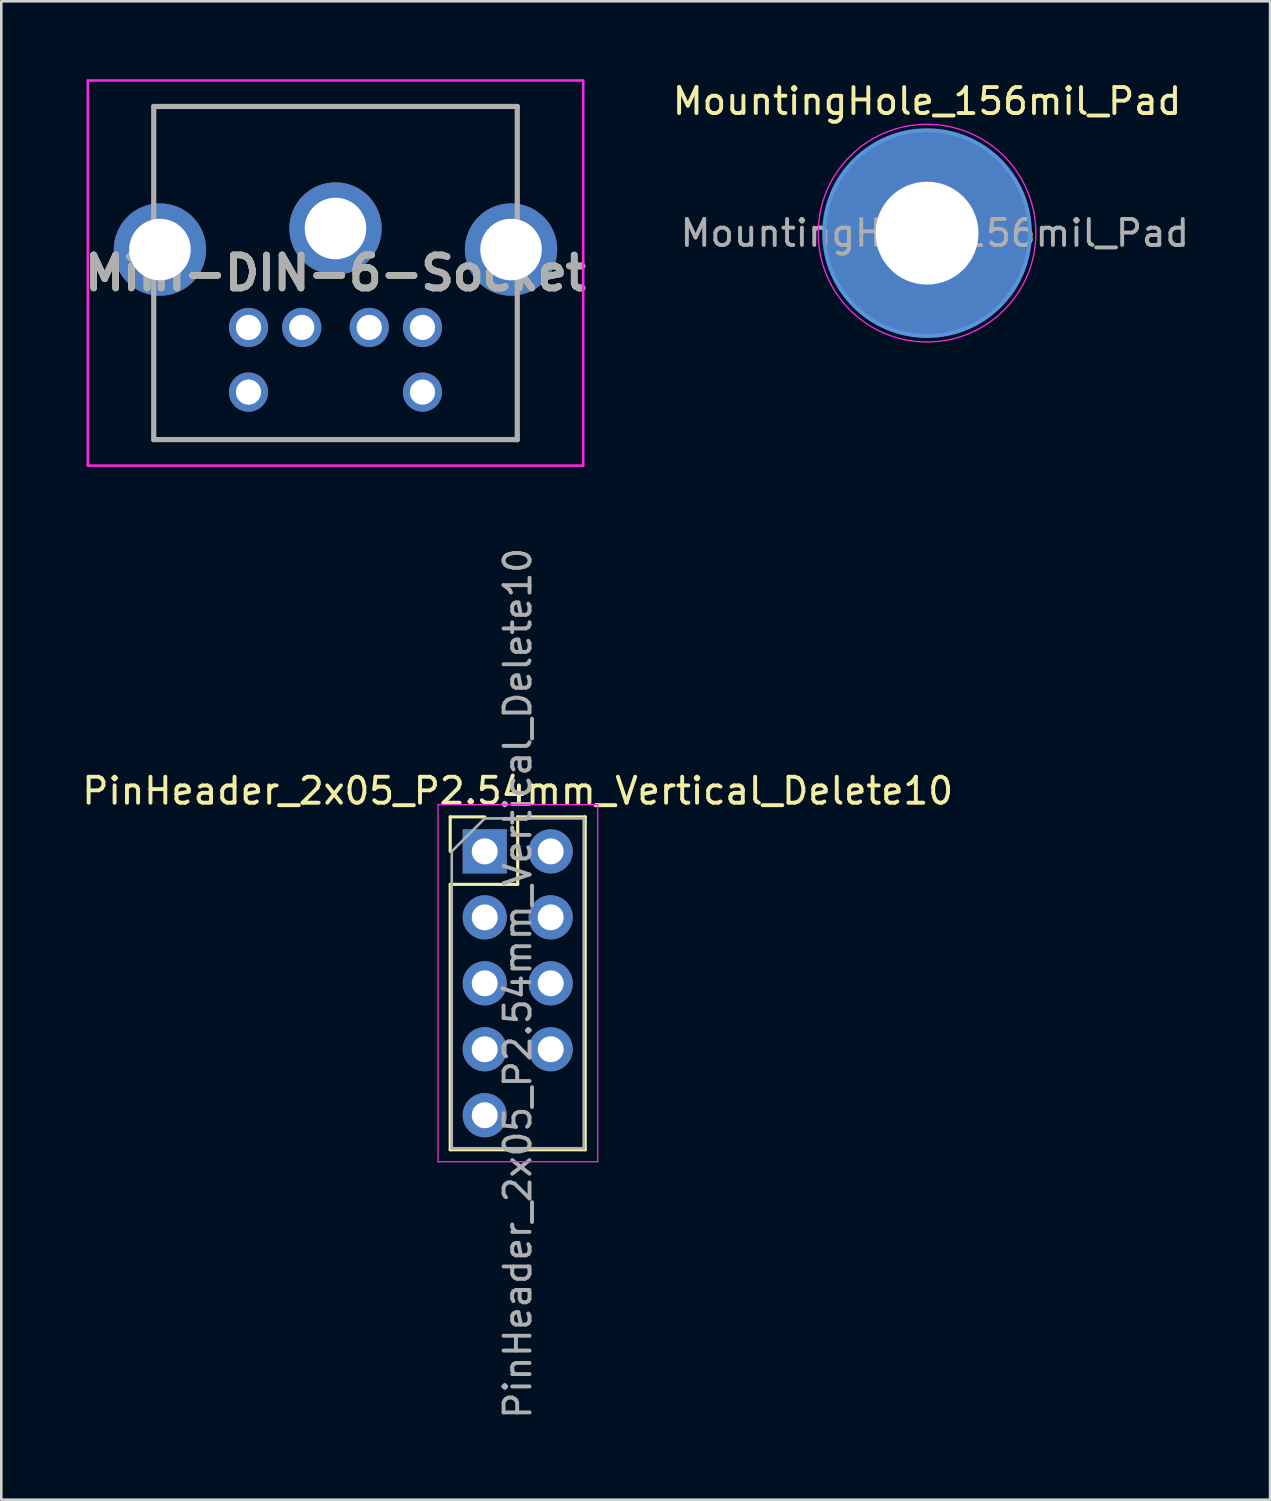
<source format=kicad_pcb>
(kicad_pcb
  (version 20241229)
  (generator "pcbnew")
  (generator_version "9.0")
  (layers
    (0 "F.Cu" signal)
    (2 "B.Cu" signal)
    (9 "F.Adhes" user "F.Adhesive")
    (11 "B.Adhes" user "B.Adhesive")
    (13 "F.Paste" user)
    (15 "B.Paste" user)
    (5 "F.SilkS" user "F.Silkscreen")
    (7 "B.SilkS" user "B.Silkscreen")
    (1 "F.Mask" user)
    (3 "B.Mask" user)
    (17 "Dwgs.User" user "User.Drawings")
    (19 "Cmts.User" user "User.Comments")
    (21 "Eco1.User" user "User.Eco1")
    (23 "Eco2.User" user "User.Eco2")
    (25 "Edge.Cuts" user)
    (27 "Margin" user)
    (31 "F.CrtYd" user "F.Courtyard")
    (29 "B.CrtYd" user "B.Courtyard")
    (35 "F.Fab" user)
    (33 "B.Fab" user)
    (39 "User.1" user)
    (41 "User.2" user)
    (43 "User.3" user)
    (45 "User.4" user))
  (footprint "Mini-DIN-6-Socket"
    (layer "F.Cu")
    (at 11.17 9.56)
    (property "Reference" "Mini-DIN-6-Socket" (at -1.3 -2.095 0) (layer "F.SilkS") (effects (font (size 1.27 1.27) (thickness 0.254))))
    (attr through_hole)
    (fp_line (start -8.3 -8.51) (end 5.7 -8.51) (stroke (width 0.1) (type solid)) (layer "F.SilkS"))
    (fp_line (start -8.3 -5.54) (end -8.3 -8.51) (stroke (width 0.1) (type solid)) (layer "F.SilkS"))
    (fp_line (start -8.3 -0.46) (end -8.3 4.32) (stroke (width 0.1) (type solid)) (layer "F.SilkS"))
    (fp_line (start -8.3 4.32) (end 5.46 4.32) (stroke (width 0.1) (type solid)) (layer "F.SilkS"))
    (fp_line (start 5.46 4.32) (end 5.7 4.32) (stroke (width 0.1) (type solid)) (layer "F.SilkS"))
    (fp_line (start 5.7 -8.51) (end 5.7 -5.54) (stroke (width 0.1) (type solid)) (layer "F.SilkS"))
    (fp_line (start 5.7 4.32) (end 5.7 -0.46) (stroke (width 0.1) (type solid)) (layer "F.SilkS"))
    (fp_line (start -10.838 -9.51) (end 8.238 -9.51) (stroke (width 0.1) (type solid)) (layer "F.CrtYd"))
    (fp_line (start -10.838 5.32) (end -10.838 -9.51) (stroke (width 0.1) (type solid)) (layer "F.CrtYd"))
    (fp_line (start 8.238 -9.51) (end 8.238 5.32) (stroke (width 0.1) (type solid)) (layer "F.CrtYd"))
    (fp_line (start 8.238 5.32) (end -10.838 5.32) (stroke (width 0.1) (type solid)) (layer "F.CrtYd"))
    (fp_line (start -8.3 -8.51) (end 5.7 -8.51) (stroke (width 0.2) (type solid)) (layer "F.Fab"))
    (fp_line (start -8.3 4.32) (end -8.3 -8.51) (stroke (width 0.2) (type solid)) (layer "F.Fab"))
    (fp_line (start 5.7 -8.51) (end 5.7 4.32) (stroke (width 0.2) (type solid)) (layer "F.Fab"))
    (fp_line (start 5.7 4.32) (end -8.3 4.32) (stroke (width 0.2) (type solid)) (layer "F.Fab"))
    (fp_text user "${REFERENCE}" (at -1.3 -2.095 0) (layer "F.Fab") (effects (font (size 1.27 1.27) (thickness 0.254))))
    (pad "0" thru_hole circle (at -8.06 -3) (size 3.555 3.555) (drill 2.37) (layers "*.Cu" "*.Mask"))
    (pad "0" thru_hole circle (at -1.3 -3.81) (size 3.555 3.555) (drill 2.37) (layers "*.Cu" "*.Mask"))
    (pad "0" thru_hole circle (at 5.46 -3) (size 3.555 3.555) (drill 2.37) (layers "*.Cu" "*.Mask"))
    (pad "1" thru_hole circle (at -2.6 0) (size 1.509 1.509) (drill 0.97) (layers "*.Cu" "*.Mask"))
    (pad "2" thru_hole circle (at 0 0) (size 1.509 1.509) (drill 0.97) (layers "*.Cu" "*.Mask"))
    (pad "3" thru_hole circle (at -4.65 0) (size 1.509 1.509) (drill 0.97) (layers "*.Cu" "*.Mask"))
    (pad "4" thru_hole circle (at 2.05 0) (size 1.509 1.509) (drill 0.97) (layers "*.Cu" "*.Mask"))
    (pad "5" thru_hole circle (at -4.65 2.49) (size 1.509 1.509) (drill 0.97) (layers "*.Cu" "*.Mask"))
    (pad "6" thru_hole circle (at 2.05 2.49) (size 1.509 1.509) (drill 0.97) (layers "*.Cu" "*.Mask")))
  (footprint "PinHeader_2x05_P2.54mm_Vertical_Delete10"
    (layer "F.Cu")
    (at 15.617 29.737)
    (property "Reference" "PinHeader_2x05_P2.54mm_Vertical_Delete10" (at 1.27 -2.33 0) (layer "F.SilkS") (effects (font (size 1 1) (thickness 0.15))))
    (attr through_hole)
    (fp_line (start -1.33 -1.33) (end 0 -1.33) (stroke (width 0.12) (type solid)) (layer "F.SilkS"))
    (fp_line (start -1.33 0) (end -1.33 -1.33) (stroke (width 0.12) (type solid)) (layer "F.SilkS"))
    (fp_line (start -1.33 1.27) (end -1.33 11.49) (stroke (width 0.12) (type solid)) (layer "F.SilkS"))
    (fp_line (start -1.33 1.27) (end 1.27 1.27) (stroke (width 0.12) (type solid)) (layer "F.SilkS"))
    (fp_line (start -1.33 11.49) (end 3.87 11.49) (stroke (width 0.12) (type solid)) (layer "F.SilkS"))
    (fp_line (start 1.27 -1.33) (end 3.87 -1.33) (stroke (width 0.12) (type solid)) (layer "F.SilkS"))
    (fp_line (start 1.27 1.27) (end 1.27 -1.33) (stroke (width 0.12) (type solid)) (layer "F.SilkS"))
    (fp_line (start 3.87 -1.33) (end 3.87 11.49) (stroke (width 0.12) (type solid)) (layer "F.SilkS"))
    (fp_line (start -1.8 -1.8) (end -1.8 11.95) (stroke (width 0.05) (type solid)) (layer "F.CrtYd"))
    (fp_line (start -1.8 11.95) (end 4.35 11.95) (stroke (width 0.05) (type solid)) (layer "F.CrtYd"))
    (fp_line (start 4.35 -1.8) (end -1.8 -1.8) (stroke (width 0.05) (type solid)) (layer "F.CrtYd"))
    (fp_line (start 4.35 11.95) (end 4.35 -1.8) (stroke (width 0.05) (type solid)) (layer "F.CrtYd"))
    (fp_line (start -1.27 0) (end 0 -1.27) (stroke (width 0.1) (type solid)) (layer "F.Fab"))
    (fp_line (start -1.27 11.43) (end -1.27 0) (stroke (width 0.1) (type solid)) (layer "F.Fab"))
    (fp_line (start 0 -1.27) (end 3.81 -1.27) (stroke (width 0.1) (type solid)) (layer "F.Fab"))
    (fp_line (start 3.81 -1.27) (end 3.81 11.43) (stroke (width 0.1) (type solid)) (layer "F.Fab"))
    (fp_line (start 3.81 11.43) (end -1.27 11.43) (stroke (width 0.1) (type solid)) (layer "F.Fab"))
    (fp_text user "${REFERENCE}" (at 1.27 5.08 90) (layer "F.Fab") (effects (font (size 1 1) (thickness 0.15))))
    (pad "1" thru_hole rect (at 0 0) (size 1.7 1.7) (drill 1) (layers "*.Cu" "*.Mask"))
    (pad "2" thru_hole oval (at 2.54 0) (size 1.7 1.7) (drill 1) (layers "*.Cu" "*.Mask"))
    (pad "3" thru_hole oval (at 0 2.54) (size 1.7 1.7) (drill 1) (layers "*.Cu" "*.Mask"))
    (pad "4" thru_hole oval (at 2.54 2.54) (size 1.7 1.7) (drill 1) (layers "*.Cu" "*.Mask"))
    (pad "5" thru_hole oval (at 0 5.08) (size 1.7 1.7) (drill 1) (layers "*.Cu" "*.Mask"))
    (pad "6" thru_hole oval (at 2.54 5.08) (size 1.7 1.7) (drill 1) (layers "*.Cu" "*.Mask"))
    (pad "7" thru_hole oval (at 0 7.62) (size 1.7 1.7) (drill 1) (layers "*.Cu" "*.Mask"))
    (pad "8" thru_hole oval (at 2.54 7.62) (size 1.7 1.7) (drill 1) (layers "*.Cu" "*.Mask"))
    (pad "9" thru_hole oval (at 0 10.16) (size 1.7 1.7) (drill 1) (layers "*.Cu" "*.Mask")))
  (footprint "MountingHole_156mil_Pad"
    (layer "F.Cu")
    (at 32.65 5.928)
    (property "Reference" "MountingHole_156mil_Pad" (at 0 -5.08 0) (layer "F.SilkS") (effects (font (size 1 1) (thickness 0.15))))
    (attr exclude_from_pos_files exclude_from_bom)
    (fp_circle (center 0 0) (end 3.962 0) (stroke (width 0.15) (type solid)) (fill no) (layer "Cmts.User"))
    (fp_circle (center 0 0) (end 4.191 0) (stroke (width 0.05) (type solid)) (fill no) (layer "F.CrtYd"))
    (fp_text user "${REFERENCE}" (at 0.3 0 0) (layer "F.Fab") (effects (font (size 1 1) (thickness 0.15))))
    (pad "1" thru_hole circle (at 0 0) (size 7.925 7.925) (drill 3.962) (layers "*.Cu" "*.Mask")))
  (gr_rect
    (start -3 -3)
    (end 45.861 54.704)
    (stroke (width 0.1) (type default))
    (fill no)
    (layer "Edge.Cuts")))
</source>
